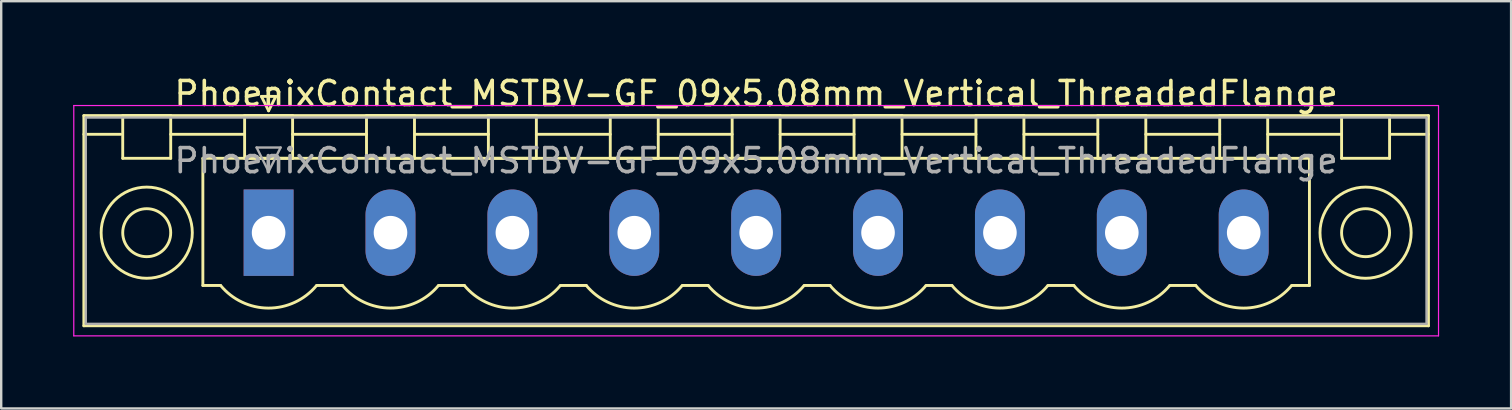
<source format=kicad_pcb>
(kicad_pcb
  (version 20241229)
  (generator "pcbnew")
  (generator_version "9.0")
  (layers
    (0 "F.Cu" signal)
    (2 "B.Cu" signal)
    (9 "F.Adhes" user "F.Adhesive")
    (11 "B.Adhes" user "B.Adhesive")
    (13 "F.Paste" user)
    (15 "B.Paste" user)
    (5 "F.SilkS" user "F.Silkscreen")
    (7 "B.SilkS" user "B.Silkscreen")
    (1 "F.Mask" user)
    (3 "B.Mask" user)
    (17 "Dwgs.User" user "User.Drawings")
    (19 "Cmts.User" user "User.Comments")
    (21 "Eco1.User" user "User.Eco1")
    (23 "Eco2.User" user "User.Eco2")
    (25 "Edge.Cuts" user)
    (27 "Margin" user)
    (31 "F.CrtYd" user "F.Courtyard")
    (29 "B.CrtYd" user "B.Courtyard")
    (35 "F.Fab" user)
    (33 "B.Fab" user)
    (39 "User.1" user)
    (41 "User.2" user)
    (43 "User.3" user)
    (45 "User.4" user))
  (footprint "PhoenixContact_MSTBV-GF_09x5.08mm_Vertical_ThreadedFlange"
    (layer "F.Cu")
    (at 8.145 6.648)
    (property "Reference" "PhoenixContact_MSTBV-GF_09x5.08mm_Vertical_ThreadedFlange" (at 20.32 -5.8 0) (layer "F.SilkS") (effects (font (size 1 1) (thickness 0.15))))
    (attr through_hole)
    (fp_line (start -7.7 -4.88) (end -7.7 3.88) (stroke (width 0.12) (type solid)) (layer "F.SilkS"))
    (fp_line (start -7.7 -4.1) (end -6.16 -4.1) (stroke (width 0.12) (type solid)) (layer "F.SilkS"))
    (fp_line (start -7.7 3.88) (end 48.34 3.88) (stroke (width 0.12) (type solid)) (layer "F.SilkS"))
    (fp_line (start -6.08 -4.88) (end -4.08 -4.88) (stroke (width 0.12) (type solid)) (layer "F.SilkS"))
    (fp_line (start -6.08 -3.1) (end -6.08 -4.88) (stroke (width 0.12) (type solid)) (layer "F.SilkS"))
    (fp_line (start -4.08 -4.88) (end -4.08 -3.1) (stroke (width 0.12) (type solid)) (layer "F.SilkS"))
    (fp_line (start -4.08 -4.1) (end -1 -4.1) (stroke (width 0.12) (type solid)) (layer "F.SilkS"))
    (fp_line (start -4.08 -3.1) (end -6.08 -3.1) (stroke (width 0.12) (type solid)) (layer "F.SilkS"))
    (fp_line (start -2.74 -3.1) (end 43.38 -3.1) (stroke (width 0.12) (type solid)) (layer "F.SilkS"))
    (fp_line (start -2.74 2.2) (end -2.74 -3.1) (stroke (width 0.12) (type solid)) (layer "F.SilkS"))
    (fp_line (start -2 2.2) (end -2.74 2.2) (stroke (width 0.12) (type solid)) (layer "F.SilkS"))
    (fp_line (start -1 -4.88) (end 1 -4.88) (stroke (width 0.12) (type solid)) (layer "F.SilkS"))
    (fp_line (start -1 -3.1) (end -1 -4.88) (stroke (width 0.12) (type solid)) (layer "F.SilkS"))
    (fp_line (start -0.3 -5.68) (end 0.3 -5.68) (stroke (width 0.12) (type solid)) (layer "F.SilkS"))
    (fp_line (start 0 -5.08) (end -0.3 -5.68) (stroke (width 0.12) (type solid)) (layer "F.SilkS"))
    (fp_line (start 0.3 -5.68) (end 0 -5.08) (stroke (width 0.12) (type solid)) (layer "F.SilkS"))
    (fp_line (start 1 -4.88) (end 1 -3.1) (stroke (width 0.12) (type solid)) (layer "F.SilkS"))
    (fp_line (start 1 -4.1) (end 4.08 -4.1) (stroke (width 0.12) (type solid)) (layer "F.SilkS"))
    (fp_line (start 1 -3.1) (end -1 -3.1) (stroke (width 0.12) (type solid)) (layer "F.SilkS"))
    (fp_line (start 2 2.2) (end 3.08 2.2) (stroke (width 0.12) (type solid)) (layer "F.SilkS"))
    (fp_line (start 4.08 -4.88) (end 6.08 -4.88) (stroke (width 0.12) (type solid)) (layer "F.SilkS"))
    (fp_line (start 4.08 -3.1) (end 4.08 -4.88) (stroke (width 0.12) (type solid)) (layer "F.SilkS"))
    (fp_line (start 6.08 -4.88) (end 6.08 -3.1) (stroke (width 0.12) (type solid)) (layer "F.SilkS"))
    (fp_line (start 6.08 -4.1) (end 9.16 -4.1) (stroke (width 0.12) (type solid)) (layer "F.SilkS"))
    (fp_line (start 6.08 -3.1) (end 4.08 -3.1) (stroke (width 0.12) (type solid)) (layer "F.SilkS"))
    (fp_line (start 7.08 2.2) (end 8.16 2.2) (stroke (width 0.12) (type solid)) (layer "F.SilkS"))
    (fp_line (start 9.16 -4.88) (end 11.16 -4.88) (stroke (width 0.12) (type solid)) (layer "F.SilkS"))
    (fp_line (start 9.16 -3.1) (end 9.16 -4.88) (stroke (width 0.12) (type solid)) (layer "F.SilkS"))
    (fp_line (start 11.16 -4.88) (end 11.16 -3.1) (stroke (width 0.12) (type solid)) (layer "F.SilkS"))
    (fp_line (start 11.16 -4.1) (end 14.24 -4.1) (stroke (width 0.12) (type solid)) (layer "F.SilkS"))
    (fp_line (start 11.16 -3.1) (end 9.16 -3.1) (stroke (width 0.12) (type solid)) (layer "F.SilkS"))
    (fp_line (start 12.16 2.2) (end 13.24 2.2) (stroke (width 0.12) (type solid)) (layer "F.SilkS"))
    (fp_line (start 14.24 -4.88) (end 16.24 -4.88) (stroke (width 0.12) (type solid)) (layer "F.SilkS"))
    (fp_line (start 14.24 -3.1) (end 14.24 -4.88) (stroke (width 0.12) (type solid)) (layer "F.SilkS"))
    (fp_line (start 16.24 -4.88) (end 16.24 -3.1) (stroke (width 0.12) (type solid)) (layer "F.SilkS"))
    (fp_line (start 16.24 -4.1) (end 19.32 -4.1) (stroke (width 0.12) (type solid)) (layer "F.SilkS"))
    (fp_line (start 16.24 -3.1) (end 14.24 -3.1) (stroke (width 0.12) (type solid)) (layer "F.SilkS"))
    (fp_line (start 17.24 2.2) (end 18.32 2.2) (stroke (width 0.12) (type solid)) (layer "F.SilkS"))
    (fp_line (start 19.32 -4.88) (end 21.32 -4.88) (stroke (width 0.12) (type solid)) (layer "F.SilkS"))
    (fp_line (start 19.32 -3.1) (end 19.32 -4.88) (stroke (width 0.12) (type solid)) (layer "F.SilkS"))
    (fp_line (start 21.32 -4.88) (end 21.32 -3.1) (stroke (width 0.12) (type solid)) (layer "F.SilkS"))
    (fp_line (start 21.32 -4.1) (end 24.4 -4.1) (stroke (width 0.12) (type solid)) (layer "F.SilkS"))
    (fp_line (start 21.32 -3.1) (end 19.32 -3.1) (stroke (width 0.12) (type solid)) (layer "F.SilkS"))
    (fp_line (start 22.32 2.2) (end 23.4 2.2) (stroke (width 0.12) (type solid)) (layer "F.SilkS"))
    (fp_line (start 24.4 -4.88) (end 26.4 -4.88) (stroke (width 0.12) (type solid)) (layer "F.SilkS"))
    (fp_line (start 24.4 -3.1) (end 24.4 -4.88) (stroke (width 0.12) (type solid)) (layer "F.SilkS"))
    (fp_line (start 26.4 -4.88) (end 26.4 -3.1) (stroke (width 0.12) (type solid)) (layer "F.SilkS"))
    (fp_line (start 26.4 -4.1) (end 29.48 -4.1) (stroke (width 0.12) (type solid)) (layer "F.SilkS"))
    (fp_line (start 26.4 -3.1) (end 24.4 -3.1) (stroke (width 0.12) (type solid)) (layer "F.SilkS"))
    (fp_line (start 27.4 2.2) (end 28.48 2.2) (stroke (width 0.12) (type solid)) (layer "F.SilkS"))
    (fp_line (start 29.48 -4.88) (end 31.48 -4.88) (stroke (width 0.12) (type solid)) (layer "F.SilkS"))
    (fp_line (start 29.48 -3.1) (end 29.48 -4.88) (stroke (width 0.12) (type solid)) (layer "F.SilkS"))
    (fp_line (start 31.48 -4.88) (end 31.48 -3.1) (stroke (width 0.12) (type solid)) (layer "F.SilkS"))
    (fp_line (start 31.48 -4.1) (end 34.56 -4.1) (stroke (width 0.12) (type solid)) (layer "F.SilkS"))
    (fp_line (start 31.48 -3.1) (end 29.48 -3.1) (stroke (width 0.12) (type solid)) (layer "F.SilkS"))
    (fp_line (start 32.48 2.2) (end 33.56 2.2) (stroke (width 0.12) (type solid)) (layer "F.SilkS"))
    (fp_line (start 34.56 -4.88) (end 36.56 -4.88) (stroke (width 0.12) (type solid)) (layer "F.SilkS"))
    (fp_line (start 34.56 -3.1) (end 34.56 -4.88) (stroke (width 0.12) (type solid)) (layer "F.SilkS"))
    (fp_line (start 36.56 -4.88) (end 36.56 -3.1) (stroke (width 0.12) (type solid)) (layer "F.SilkS"))
    (fp_line (start 36.56 -4.1) (end 39.64 -4.1) (stroke (width 0.12) (type solid)) (layer "F.SilkS"))
    (fp_line (start 36.56 -3.1) (end 34.56 -3.1) (stroke (width 0.12) (type solid)) (layer "F.SilkS"))
    (fp_line (start 37.56 2.2) (end 38.64 2.2) (stroke (width 0.12) (type solid)) (layer "F.SilkS"))
    (fp_line (start 39.64 -4.88) (end 41.64 -4.88) (stroke (width 0.12) (type solid)) (layer "F.SilkS"))
    (fp_line (start 39.64 -3.1) (end 39.64 -4.88) (stroke (width 0.12) (type solid)) (layer "F.SilkS"))
    (fp_line (start 41.64 -4.88) (end 41.64 -3.1) (stroke (width 0.12) (type solid)) (layer "F.SilkS"))
    (fp_line (start 41.64 -4.1) (end 44.72 -4.1) (stroke (width 0.12) (type solid)) (layer "F.SilkS"))
    (fp_line (start 41.64 -3.1) (end 39.64 -3.1) (stroke (width 0.12) (type solid)) (layer "F.SilkS"))
    (fp_line (start 43.38 -3.1) (end 43.38 2.2) (stroke (width 0.12) (type solid)) (layer "F.SilkS"))
    (fp_line (start 43.38 2.2) (end 42.64 2.2) (stroke (width 0.12) (type solid)) (layer "F.SilkS"))
    (fp_line (start 44.72 -4.88) (end 46.72 -4.88) (stroke (width 0.12) (type solid)) (layer "F.SilkS"))
    (fp_line (start 44.72 -3.1) (end 44.72 -4.88) (stroke (width 0.12) (type solid)) (layer "F.SilkS"))
    (fp_line (start 46.72 -4.88) (end 46.72 -3.1) (stroke (width 0.12) (type solid)) (layer "F.SilkS"))
    (fp_line (start 46.72 -3.1) (end 44.72 -3.1) (stroke (width 0.12) (type solid)) (layer "F.SilkS"))
    (fp_line (start 48.34 -4.88) (end -7.7 -4.88) (stroke (width 0.12) (type solid)) (layer "F.SilkS"))
    (fp_line (start 48.34 -4.1) (end 46.8 -4.1) (stroke (width 0.12) (type solid)) (layer "F.SilkS"))
    (fp_line (start 48.34 3.88) (end 48.34 -4.88) (stroke (width 0.12) (type solid)) (layer "F.SilkS"))
    (fp_arc (start 1.986842 2.215821) (mid -0.010289 3.142758) (end -2 2.2) (stroke (width 0.12) (type solid)) (layer "F.SilkS"))
    (fp_arc (start 7.066842 2.215821) (mid 5.069711 3.142758) (end 3.08 2.2) (stroke (width 0.12) (type solid)) (layer "F.SilkS"))
    (fp_arc (start 12.146842 2.215821) (mid 10.149711 3.142758) (end 8.16 2.2) (stroke (width 0.12) (type solid)) (layer "F.SilkS"))
    (fp_arc (start 17.226842 2.215821) (mid 15.229711 3.142758) (end 13.24 2.2) (stroke (width 0.12) (type solid)) (layer "F.SilkS"))
    (fp_arc (start 22.306842 2.215821) (mid 20.309711 3.142758) (end 18.32 2.2) (stroke (width 0.12) (type solid)) (layer "F.SilkS"))
    (fp_arc (start 27.386842 2.215821) (mid 25.389711 3.142758) (end 23.4 2.2) (stroke (width 0.12) (type solid)) (layer "F.SilkS"))
    (fp_arc (start 32.466842 2.215821) (mid 30.469711 3.142758) (end 28.48 2.2) (stroke (width 0.12) (type solid)) (layer "F.SilkS"))
    (fp_arc (start 37.546842 2.215821) (mid 35.549711 3.142758) (end 33.56 2.2) (stroke (width 0.12) (type solid)) (layer "F.SilkS"))
    (fp_arc (start 42.626842 2.215821) (mid 40.629711 3.142758) (end 38.64 2.2) (stroke (width 0.12) (type solid)) (layer "F.SilkS"))
    (fp_circle (center -5.08 0) (end -4.08 0) (stroke (width 0.12) (type solid)) (fill no) (layer "F.SilkS"))
    (fp_circle (center -5.08 0) (end -3.18 0) (stroke (width 0.12) (type solid)) (fill no) (layer "F.SilkS"))
    (fp_circle (center 45.72 0) (end 46.72 0) (stroke (width 0.12) (type solid)) (fill no) (layer "F.SilkS"))
    (fp_circle (center 45.72 0) (end 47.62 0) (stroke (width 0.12) (type solid)) (fill no) (layer "F.SilkS"))
    (fp_line (start -8.12 -5.3) (end -8.12 4.3) (stroke (width 0.05) (type solid)) (layer "F.CrtYd"))
    (fp_line (start -8.12 4.3) (end 48.76 4.3) (stroke (width 0.05) (type solid)) (layer "F.CrtYd"))
    (fp_line (start 48.76 -5.3) (end -8.12 -5.3) (stroke (width 0.05) (type solid)) (layer "F.CrtYd"))
    (fp_line (start 48.76 4.3) (end 48.76 -5.3) (stroke (width 0.05) (type solid)) (layer "F.CrtYd"))
    (fp_line (start -7.62 -4.8) (end -7.62 3.8) (stroke (width 0.1) (type solid)) (layer "F.Fab"))
    (fp_line (start -7.62 3.8) (end 48.26 3.8) (stroke (width 0.1) (type solid)) (layer "F.Fab"))
    (fp_line (start -0.5 -3.55) (end 0.5 -3.55) (stroke (width 0.1) (type solid)) (layer "F.Fab"))
    (fp_line (start 0 -2.55) (end -0.5 -3.55) (stroke (width 0.1) (type solid)) (layer "F.Fab"))
    (fp_line (start 0.5 -3.55) (end 0 -2.55) (stroke (width 0.1) (type solid)) (layer "F.Fab"))
    (fp_line (start 48.26 -4.8) (end -7.62 -4.8) (stroke (width 0.1) (type solid)) (layer "F.Fab"))
    (fp_line (start 48.26 3.8) (end 48.26 -4.8) (stroke (width 0.1) (type solid)) (layer "F.Fab"))
    (fp_text user "${REFERENCE}" (at 20.32 -3 0) (layer "F.Fab") (effects (font (size 1 1) (thickness 0.15))))
    (pad "1" thru_hole rect (at 0 0) (size 2.08 3.6) (drill 1.4) (layers "*.Cu" "*.Mask"))
    (pad "2" thru_hole oval (at 5.08 0) (size 2.08 3.6) (drill 1.4) (layers "*.Cu" "*.Mask"))
    (pad "3" thru_hole oval (at 10.16 0) (size 2.08 3.6) (drill 1.4) (layers "*.Cu" "*.Mask"))
    (pad "4" thru_hole oval (at 15.24 0) (size 2.08 3.6) (drill 1.4) (layers "*.Cu" "*.Mask"))
    (pad "5" thru_hole oval (at 20.32 0) (size 2.08 3.6) (drill 1.4) (layers "*.Cu" "*.Mask"))
    (pad "6" thru_hole oval (at 25.4 0) (size 2.08 3.6) (drill 1.4) (layers "*.Cu" "*.Mask"))
    (pad "7" thru_hole oval (at 30.48 0) (size 2.08 3.6) (drill 1.4) (layers "*.Cu" "*.Mask"))
    (pad "8" thru_hole oval (at 35.56 0) (size 2.08 3.6) (drill 1.4) (layers "*.Cu" "*.Mask"))
    (pad "9" thru_hole oval (at 40.64 0) (size 2.08 3.6) (drill 1.4) (layers "*.Cu" "*.Mask")))
  (gr_rect
    (start -3 -3)
    (end 59.93 13.973)
    (stroke (width 0.1) (type default))
    (fill no)
    (layer "Edge.Cuts")))
</source>
